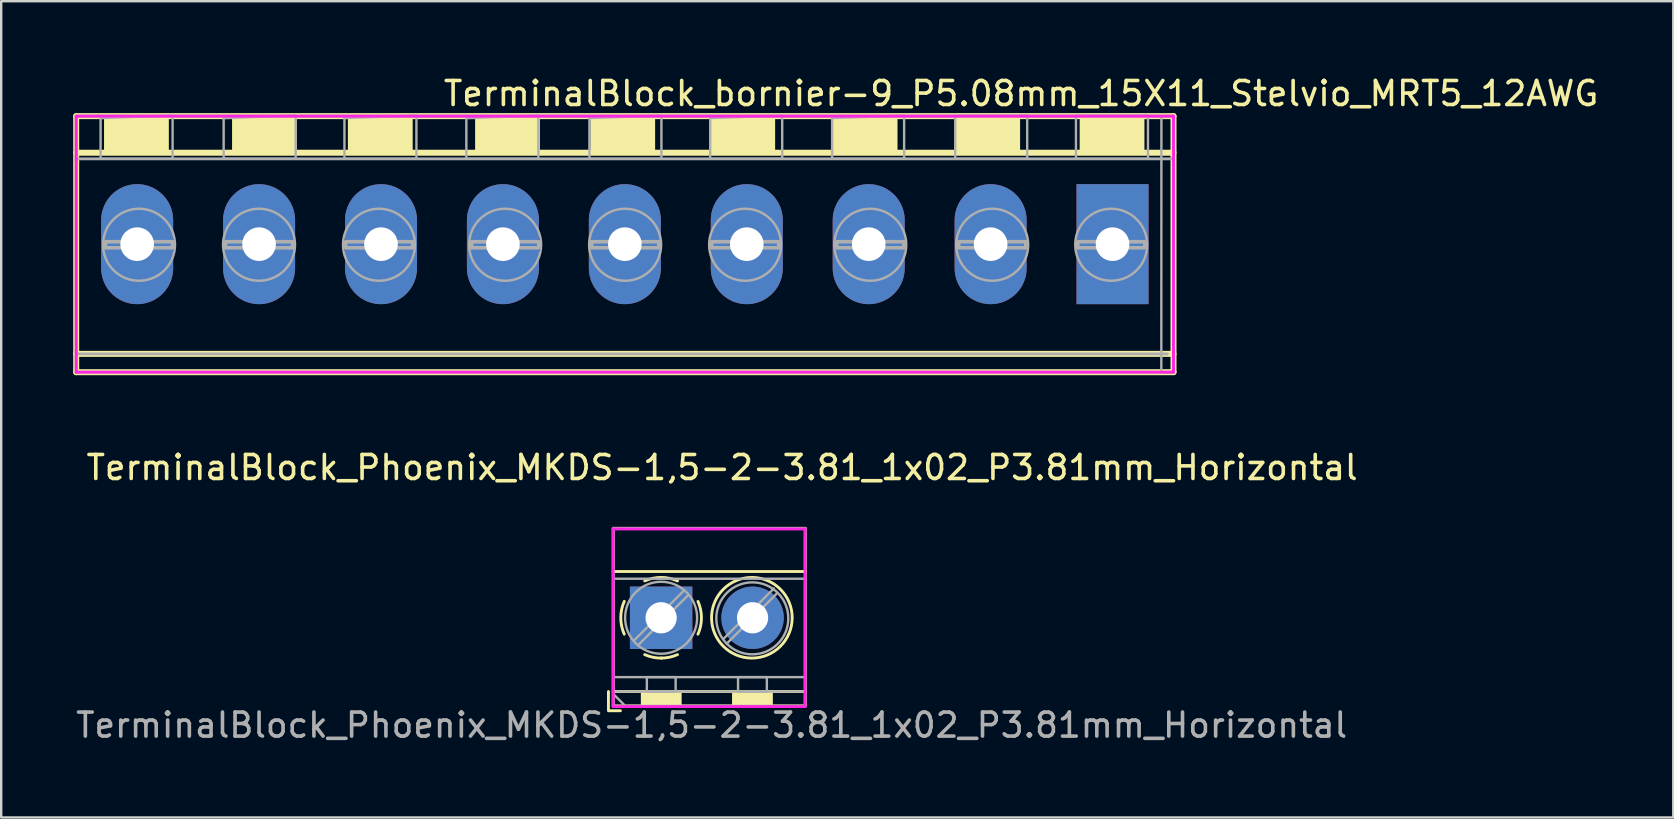
<source format=kicad_pcb>
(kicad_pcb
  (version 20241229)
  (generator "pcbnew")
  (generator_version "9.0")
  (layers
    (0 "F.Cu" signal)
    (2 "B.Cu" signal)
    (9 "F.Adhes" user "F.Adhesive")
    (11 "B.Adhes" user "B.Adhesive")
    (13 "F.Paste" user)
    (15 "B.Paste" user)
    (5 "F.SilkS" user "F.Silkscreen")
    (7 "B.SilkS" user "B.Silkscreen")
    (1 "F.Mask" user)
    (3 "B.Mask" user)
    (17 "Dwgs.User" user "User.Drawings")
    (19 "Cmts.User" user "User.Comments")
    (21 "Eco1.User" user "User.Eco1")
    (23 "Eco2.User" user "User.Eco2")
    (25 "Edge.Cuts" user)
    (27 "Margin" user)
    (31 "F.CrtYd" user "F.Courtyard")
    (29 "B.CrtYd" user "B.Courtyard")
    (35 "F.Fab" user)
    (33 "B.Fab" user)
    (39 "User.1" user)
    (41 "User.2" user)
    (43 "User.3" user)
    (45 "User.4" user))
  (footprint "TerminalBlock_Phoenix_MKDS-1,5-2-3.81_1x02_P3.81mm_Horizontal"
    (layer "F.Cu")
    (at 24.496 22.69)
    (property "Reference" "TerminalBlock_Phoenix_MKDS-1,5-2-3.81_1x02_P3.81mm_Horizontal" (at 2.54 -6.26 0) (layer "F.SilkS") (effects (font (size 1 1) (thickness 0.15))))
    (attr through_hole)
    (fp_line (start -2.195 3.073) (end -2.195 3.813) (stroke (width 0.12) (type solid)) (layer "F.SilkS"))
    (fp_line (start -2.195 3.873) (end -1.695 3.873) (stroke (width 0.12) (type solid)) (layer "F.SilkS"))
    (fp_line (start -1.995 -3.727) (end -1.995 3.673) (stroke (width 0.12) (type solid)) (layer "F.SilkS"))
    (fp_line (start -1.995 -3.727) (end 6.005 -3.727) (stroke (width 0.12) (type solid)) (layer "F.SilkS"))
    (fp_line (start -1.995 -1.927) (end 6.005 -1.927) (stroke (width 0.12) (type solid)) (layer "F.SilkS"))
    (fp_line (start -1.995 3.073) (end 6.005 3.073) (stroke (width 0.12) (type solid)) (layer "F.SilkS"))
    (fp_line (start -1.995 3.673) (end 6.005 3.673) (stroke (width 0.12) (type solid)) (layer "F.SilkS"))
    (fp_line (start 6.005 -3.727) (end 6.005 3.673) (stroke (width 0.12) (type solid)) (layer "F.SilkS"))
    (fp_arc (start -1.535427 0.683042) (mid -1.680501 -0.000524) (end -1.535 -0.684) (stroke (width 0.12) (type solid)) (layer "F.SilkS"))
    (fp_arc (start -0.683042 -1.535427) (mid 0.000524 -1.680501) (end 0.684 -1.535) (stroke (width 0.12) (type solid)) (layer "F.SilkS"))
    (fp_arc (start 0.028805 1.680253) (mid -0.335551 1.646659) (end -0.684 1.535) (stroke (width 0.12) (type solid)) (layer "F.SilkS"))
    (fp_arc (start 0.683318 1.534756) (mid 0.349292 1.643288) (end 0 1.68) (stroke (width 0.12) (type solid)) (layer "F.SilkS"))
    (fp_arc (start 1.535427 -0.683042) (mid 1.680501 0.000524) (end 1.535 0.684) (stroke (width 0.12) (type solid)) (layer "F.SilkS"))
    (fp_circle (center 3.781 0) (end 5.461 0) (stroke (width 0.12) (type solid)) (fill no) (layer "F.SilkS"))
    (fp_poly (pts (xy -0.795 3.673) (xy -0.795 3.073) (xy 0.805 3.073) (xy 0.805 3.673)) (stroke (width 0.1) (type solid)) (fill yes) (layer "F.SilkS"))
    (fp_poly (pts (xy 3.005 3.673) (xy 3.005 3.073) (xy 4.605 3.073) (xy 4.605 3.673)) (stroke (width 0.1) (type solid)) (fill yes) (layer "F.SilkS"))
    (fp_line (start -2 -3.7) (end 6 -3.7) (stroke (width 0.12) (type solid)) (layer "F.CrtYd"))
    (fp_line (start -2 3.7) (end -2 -3.7) (stroke (width 0.12) (type solid)) (layer "F.CrtYd"))
    (fp_line (start -2 3.7) (end 6 3.7) (stroke (width 0.12) (type solid)) (layer "F.CrtYd"))
    (fp_line (start 6 -3.7) (end 6 3.7) (stroke (width 0.12) (type solid)) (layer "F.CrtYd"))
    (fp_line (start -1.995 -3.727) (end 6.005 -3.727) (stroke (width 0.1) (type solid)) (layer "F.Fab"))
    (fp_line (start -1.995 3.073) (end 6.005 3.073) (stroke (width 0.1) (type solid)) (layer "F.Fab"))
    (fp_line (start -1.995 3.173) (end -1.995 -3.727) (stroke (width 0.1) (type solid)) (layer "F.Fab"))
    (fp_line (start -1.895 -1.627) (end 6.005 -1.627) (stroke (width 0.1) (type solid)) (layer "F.Fab"))
    (fp_line (start -1.895 2.473) (end 6.005 2.473) (stroke (width 0.1) (type solid)) (layer "F.Fab"))
    (fp_line (start -1.495 3.673) (end -1.995 3.173) (stroke (width 0.1) (type solid)) (layer "F.Fab"))
    (fp_line (start 0.955 -1.138) (end -1.138 0.955) (stroke (width 0.1) (type solid)) (layer "F.Fab"))
    (fp_line (start 1.138 -0.955) (end -0.955 1.138) (stroke (width 0.1) (type solid)) (layer "F.Fab"))
    (fp_line (start 4.697 -1.22) (end 2.605 0.873) (stroke (width 0.1) (type solid)) (layer "F.Fab"))
    (fp_line (start 4.826 -1.016) (end 2.734 1.077) (stroke (width 0.1) (type solid)) (layer "F.Fab"))
    (fp_line (start 6.005 -3.727) (end 6.005 3.673) (stroke (width 0.1) (type solid)) (layer "F.Fab"))
    (fp_line (start 6.005 3.673) (end -1.395 3.673) (stroke (width 0.1) (type solid)) (layer "F.Fab"))
    (fp_circle (center 0 0) (end 1.5 0) (stroke (width 0.1) (type solid)) (fill no) (layer "F.Fab"))
    (fp_circle (center 3.8 0.024) (end 5.3 0.024) (stroke (width 0.1) (type solid)) (fill no) (layer "F.Fab"))
    (fp_poly (pts (xy -0.595 3.073) (xy -0.595 2.473) (xy 0.605 2.473) (xy 0.605 3.073)) (stroke (width 0.1) (type solid)) (fill no) (layer "F.Fab"))
    (fp_poly (pts (xy 3.205 3.073) (xy 3.205 2.473) (xy 4.405 2.473) (xy 4.405 3.073)) (stroke (width 0.1) (type solid)) (fill no) (layer "F.Fab"))
    (fp_text user "${REFERENCE}" (at 2.105 4.473 0) (layer "F.Fab") (effects (font (size 1 1) (thickness 0.15))))
    (pad "1" thru_hole rect (at 0 0) (size 2.6 2.6) (drill 1.3) (layers "*.Cu" "*.Mask"))
    (pad "2" thru_hole circle (at 3.81 0) (size 2.6 2.6) (drill 1.3) (layers "*.Cu" "*.Mask")))
  (footprint "TerminalBlock_bornier-9_P5.08mm_15X11_Stelvio_MRT5_12AWG"
    (layer "F.Cu")
    (at 22.985 7.123)
    (property "Reference" "TerminalBlock_bornier-9_P5.08mm_15X11_Stelvio_MRT5_12AWG" (at 16.511 -6.275 0) (layer "F.SilkS") (effects (font (size 1 1) (thickness 0.15))))
    (attr through_hole)
    (fp_line (start -22.86 -5.334) (end -22.86 5.334) (stroke (width 0.25) (type solid)) (layer "F.SilkS"))
    (fp_line (start -22.86 -3.81) (end 22.86 -3.81) (stroke (width 0.25) (type solid)) (layer "F.SilkS"))
    (fp_line (start -22.86 5.334) (end 22.86 5.334) (stroke (width 0.25) (type solid)) (layer "F.SilkS"))
    (fp_line (start 22.86 -5.334) (end -22.86 -5.334) (stroke (width 0.25) (type solid)) (layer "F.SilkS"))
    (fp_line (start 22.86 4.572) (end -22.86 4.572) (stroke (width 0.25) (type solid)) (layer "F.SilkS"))
    (fp_line (start 22.86 5.334) (end 22.86 -5.334) (stroke (width 0.25) (type solid)) (layer "F.SilkS"))
    (fp_poly (pts (xy -21.65 -3.875) (xy -21.65 -5.375) (xy -19.05 -5.375) (xy -19.05 -3.875)) (stroke (width 0.1) (type solid)) (fill yes) (layer "F.SilkS"))
    (fp_poly (pts (xy -16.316 -3.775) (xy -16.316 -5.275) (xy -13.716 -5.275) (xy -13.716 -3.775)) (stroke (width 0.1) (type solid)) (fill yes) (layer "F.SilkS"))
    (fp_poly (pts (xy -11.49 -3.775) (xy -11.49 -5.275) (xy -8.89 -5.275) (xy -8.89 -3.775)) (stroke (width 0.1) (type solid)) (fill yes) (layer "F.SilkS"))
    (fp_poly (pts (xy -6.189 -3.875) (xy -6.189 -5.375) (xy -3.589 -5.375) (xy -3.589 -3.875)) (stroke (width 0.1) (type solid)) (fill yes) (layer "F.SilkS"))
    (fp_poly (pts (xy -1.389 -3.875) (xy -1.389 -5.375) (xy 1.211 -5.375) (xy 1.211 -3.875)) (stroke (width 0.1) (type solid)) (fill yes) (layer "F.SilkS"))
    (fp_poly (pts (xy 3.611 -3.875) (xy 3.611 -5.375) (xy 6.211 -5.375) (xy 6.211 -3.875)) (stroke (width 0.1) (type solid)) (fill yes) (layer "F.SilkS"))
    (fp_poly (pts (xy 8.711 -3.775) (xy 8.711 -5.275) (xy 11.311 -5.275) (xy 11.311 -3.775)) (stroke (width 0.1) (type solid)) (fill yes) (layer "F.SilkS"))
    (fp_poly (pts (xy 13.818 -3.886) (xy 13.818 -5.386) (xy 16.418 -5.386) (xy 16.418 -3.886)) (stroke (width 0.1) (type solid)) (fill yes) (layer "F.SilkS"))
    (fp_poly (pts (xy 18.999 -3.885) (xy 18.999 -5.385) (xy 21.599 -5.385) (xy 21.599 -3.885)) (stroke (width 0.1) (type solid)) (fill yes) (layer "F.SilkS"))
    (fp_line (start -22.86 -5.334) (end -22.86 5.334) (stroke (width 0.12) (type solid)) (layer "F.CrtYd"))
    (fp_line (start -22.86 5.334) (end 22.86 5.334) (stroke (width 0.12) (type solid)) (layer "F.CrtYd"))
    (fp_line (start 22.86 -5.334) (end -22.86 -5.334) (stroke (width 0.12) (type solid)) (layer "F.CrtYd"))
    (fp_line (start 22.86 5.334) (end 22.86 -5.334) (stroke (width 0.12) (type solid)) (layer "F.CrtYd"))
    (fp_line (start -22.86 -5.334) (end 22.856 -5.334) (stroke (width 0.12) (type solid)) (layer "F.Fab"))
    (fp_line (start -22.86 4.572) (end 22.606 4.572) (stroke (width 0.12) (type solid)) (layer "F.Fab"))
    (fp_line (start -22.86 5.334) (end -22.86 -5.334) (stroke (width 0.12) (type solid)) (layer "F.Fab"))
    (fp_line (start 22.852 5.334) (end -22.86 5.334) (stroke (width 0.12) (type solid)) (layer "F.Fab"))
    (fp_line (start 22.856 -5.334) (end 22.86 -3.556) (stroke (width 0.12) (type solid)) (layer "F.Fab"))
    (fp_line (start 22.86 -3.556) (end -22.86 -3.556) (stroke (width 0.12) (type solid)) (layer "F.Fab"))
    (fp_circle (center -20.243 0.025) (end -18.743 0.025) (stroke (width 0.102) (type solid)) (fill no) (layer "F.Fab"))
    (fp_circle (center -15.243 0.025) (end -13.743 0.025) (stroke (width 0.102) (type solid)) (fill no) (layer "F.Fab"))
    (fp_circle (center -10.243 0.025) (end -8.743 0.025) (stroke (width 0.102) (type solid)) (fill no) (layer "F.Fab"))
    (fp_circle (center -4.989 0.025) (end -3.489 0.025) (stroke (width 0.102) (type solid)) (fill no) (layer "F.Fab"))
    (fp_circle (center 0.011 0.025) (end 1.511 0.025) (stroke (width 0.102) (type solid)) (fill no) (layer "F.Fab"))
    (fp_circle (center 5.011 0.025) (end 6.511 0.025) (stroke (width 0.102) (type solid)) (fill no) (layer "F.Fab"))
    (fp_circle (center 10.225 0.025) (end 11.725 0.025) (stroke (width 0.102) (type solid)) (fill no) (layer "F.Fab"))
    (fp_circle (center 15.305 0.025) (end 16.805 0.025) (stroke (width 0.102) (type solid)) (fill no) (layer "F.Fab"))
    (fp_circle (center 20.265 0.025) (end 21.765 0.025) (stroke (width 0.102) (type solid)) (fill no) (layer "F.Fab"))
    (fp_poly (pts (xy -21.844 -3.556) (xy -21.844 -5.256) (xy -18.844 -5.356) (xy -18.844 -3.556)) (stroke (width 0.1) (type solid)) (fill no) (layer "F.Fab"))
    (fp_poly (pts (xy -21.637 0.152) (xy -21.637 -0.102) (xy -18.843 -0.102) (xy -18.843 0.152)) (stroke (width 0.15) (type solid)) (fill no) (layer "F.Fab"))
    (fp_poly (pts (xy -16.716 -3.556) (xy -16.716 -5.256) (xy -13.716 -5.356) (xy -13.716 -3.556)) (stroke (width 0.1) (type solid)) (fill no) (layer "F.Fab"))
    (fp_poly (pts (xy -16.637 0.152) (xy -16.637 -0.102) (xy -13.843 -0.102) (xy -13.843 0.152)) (stroke (width 0.15) (type solid)) (fill no) (layer "F.Fab"))
    (fp_poly (pts (xy -11.684 -3.556) (xy -11.684 -5.256) (xy -8.684 -5.356) (xy -8.684 -3.556)) (stroke (width 0.1) (type solid)) (fill no) (layer "F.Fab"))
    (fp_poly (pts (xy -11.637 0.152) (xy -11.637 -0.102) (xy -8.843 -0.102) (xy -8.843 0.152)) (stroke (width 0.15) (type solid)) (fill no) (layer "F.Fab"))
    (fp_poly (pts (xy -6.604 -3.556) (xy -6.604 -5.256) (xy -3.604 -5.356) (xy -3.604 -3.556)) (stroke (width 0.1) (type solid)) (fill no) (layer "F.Fab"))
    (fp_poly (pts (xy -6.383 0.152) (xy -6.383 -0.102) (xy -3.589 -0.102) (xy -3.589 0.152)) (stroke (width 0.15) (type solid)) (fill no) (layer "F.Fab"))
    (fp_poly (pts (xy -1.476 -3.556) (xy -1.476 -5.256) (xy 1.524 -5.356) (xy 1.524 -3.556)) (stroke (width 0.1) (type solid)) (fill no) (layer "F.Fab"))
    (fp_poly (pts (xy -1.383 0.152) (xy -1.383 -0.102) (xy 1.411 -0.102) (xy 1.411 0.152)) (stroke (width 0.15) (type solid)) (fill no) (layer "F.Fab"))
    (fp_poly (pts (xy 3.556 -3.556) (xy 3.556 -5.256) (xy 6.556 -5.356) (xy 6.556 -3.556)) (stroke (width 0.1) (type solid)) (fill no) (layer "F.Fab"))
    (fp_poly (pts (xy 3.617 0.152) (xy 3.617 -0.102) (xy 6.411 -0.102) (xy 6.411 0.152)) (stroke (width 0.15) (type solid)) (fill no) (layer "F.Fab"))
    (fp_poly (pts (xy 8.636 -3.556) (xy 8.636 -5.256) (xy 11.636 -5.356) (xy 11.636 -3.556)) (stroke (width 0.1) (type solid)) (fill no) (layer "F.Fab"))
    (fp_poly (pts (xy 8.828 0.152) (xy 8.828 -0.102) (xy 11.622 -0.102) (xy 11.622 0.152)) (stroke (width 0.15) (type solid)) (fill no) (layer "F.Fab"))
    (fp_poly (pts (xy 13.764 -3.556) (xy 13.764 -5.356) (xy 16.764 -5.356) (xy 16.764 -3.556)) (stroke (width 0.1) (type solid)) (fill no) (layer "F.Fab"))
    (fp_poly (pts (xy 13.908 0.152) (xy 13.908 -0.102) (xy 16.702 -0.102) (xy 16.702 0.152)) (stroke (width 0.15) (type solid)) (fill no) (layer "F.Fab"))
    (fp_poly (pts (xy 18.796 -3.556) (xy 18.796 -5.356) (xy 21.796 -5.356) (xy 21.796 -3.556)) (stroke (width 0.1) (type solid)) (fill no) (layer "F.Fab"))
    (fp_poly (pts (xy 18.871 0.152) (xy 18.871 -0.102) (xy 21.665 -0.102) (xy 21.665 0.152)) (stroke (width 0.15) (type solid)) (fill no) (layer "F.Fab"))
    (fp_poly (pts (xy 22.852 5.334) (xy 22.352 5.334) (xy 22.356 -5.334) (xy 22.856 -5.334)) (stroke (width 0.1) (type solid)) (fill no) (layer "F.Fab"))
    (pad "1" thru_hole rect (at 20.32 0) (size 3 5) (drill 1.4) (layers "*.Cu" "*.Mask"))
    (pad "2" thru_hole oval (at 15.24 0) (size 3 5) (drill 1.4) (layers "*.Cu" "*.Mask"))
    (pad "3" thru_hole oval (at 10.16 0) (size 3 5) (drill 1.4) (layers "*.Cu" "*.Mask"))
    (pad "4" thru_hole oval (at 5.08 0) (size 3 5) (drill 1.4) (layers "*.Cu" "*.Mask"))
    (pad "5" thru_hole oval (at 0 0) (size 3 5) (drill 1.4) (layers "*.Cu" "*.Mask"))
    (pad "6" thru_hole oval (at -5.08 0) (size 3 5) (drill 1.4) (layers "*.Cu" "*.Mask"))
    (pad "7" thru_hole oval (at -10.16 0) (size 3 5) (drill 1.4) (layers "*.Cu" "*.Mask"))
    (pad "8" thru_hole oval (at -15.24 0) (size 3 5) (drill 1.4) (layers "*.Cu" "*.Mask"))
    (pad "9" thru_hole oval (at -20.32 0) (size 3 5) (drill 1.4) (layers "*.Cu" "*.Mask")))
  (gr_rect
    (start -3 -3)
    (end 66.669 31.011)
    (stroke (width 0.1) (type default))
    (fill no)
    (layer "Edge.Cuts")))
</source>
